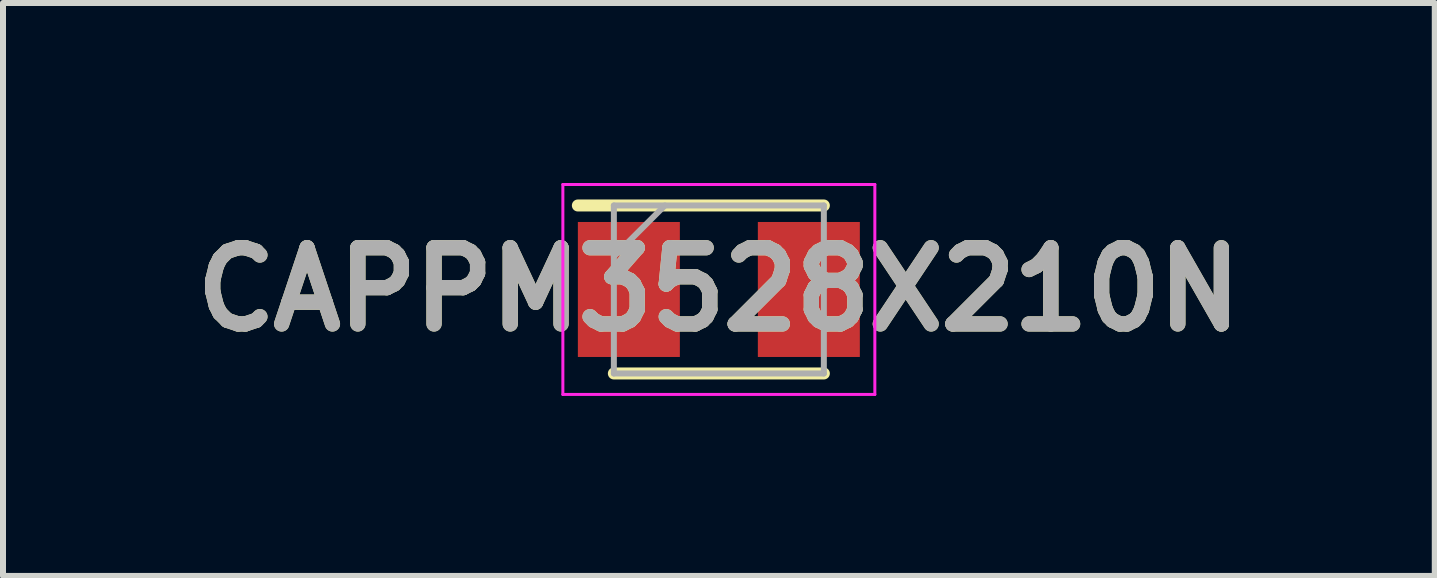
<source format=kicad_pcb>
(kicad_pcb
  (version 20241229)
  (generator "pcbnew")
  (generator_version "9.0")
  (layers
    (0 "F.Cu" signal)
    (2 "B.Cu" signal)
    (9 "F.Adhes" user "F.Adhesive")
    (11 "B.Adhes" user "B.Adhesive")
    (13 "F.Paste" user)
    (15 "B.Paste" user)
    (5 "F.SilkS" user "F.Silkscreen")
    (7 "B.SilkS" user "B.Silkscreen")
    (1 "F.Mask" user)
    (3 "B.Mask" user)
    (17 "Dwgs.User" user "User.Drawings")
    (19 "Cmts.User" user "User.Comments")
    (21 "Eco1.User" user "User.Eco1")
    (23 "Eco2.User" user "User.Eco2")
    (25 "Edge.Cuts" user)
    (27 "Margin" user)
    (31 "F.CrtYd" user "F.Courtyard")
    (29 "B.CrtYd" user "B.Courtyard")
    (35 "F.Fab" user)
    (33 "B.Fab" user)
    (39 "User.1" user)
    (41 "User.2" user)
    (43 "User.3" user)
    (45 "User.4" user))
  (footprint "CAPPM3528X210N"
    (layer "F.Cu")
    (at 8.932 1.775)
    (property "Reference" "CAPPM3528X210N" (at 0 0 0) (layer "F.SilkS") (effects (font (size 1.27 1.27) (thickness 0.254))))
    (attr smd)
    (fp_line (start -1.75 1.4) (end 1.75 1.4) (stroke (width 0.2) (type solid)) (layer "F.SilkS"))
    (fp_line (start 1.75 -1.4) (end -2.35 -1.4) (stroke (width 0.2) (type solid)) (layer "F.SilkS"))
    (fp_line (start -2.6 -1.75) (end 2.6 -1.75) (stroke (width 0.05) (type solid)) (layer "F.CrtYd"))
    (fp_line (start -2.6 1.75) (end -2.6 -1.75) (stroke (width 0.05) (type solid)) (layer "F.CrtYd"))
    (fp_line (start 2.6 -1.75) (end 2.6 1.75) (stroke (width 0.05) (type solid)) (layer "F.CrtYd"))
    (fp_line (start 2.6 1.75) (end -2.6 1.75) (stroke (width 0.05) (type solid)) (layer "F.CrtYd"))
    (fp_line (start -1.75 -1.4) (end 1.75 -1.4) (stroke (width 0.1) (type solid)) (layer "F.Fab"))
    (fp_line (start -1.75 -0.55) (end -0.9 -1.4) (stroke (width 0.1) (type solid)) (layer "F.Fab"))
    (fp_line (start -1.75 1.4) (end -1.75 -1.4) (stroke (width 0.1) (type solid)) (layer "F.Fab"))
    (fp_line (start 1.75 -1.4) (end 1.75 1.4) (stroke (width 0.1) (type solid)) (layer "F.Fab"))
    (fp_line (start 1.75 1.4) (end -1.75 1.4) (stroke (width 0.1) (type solid)) (layer "F.Fab"))
    (fp_text user "${REFERENCE}" (at 0 0 0) (layer "F.Fab") (effects (font (size 1.27 1.27) (thickness 0.254))))
    (pad "1" smd rect (at -1.5 0) (size 1.7 2.25) (layers "F.Cu" "F.Mask" "F.Paste"))
    (pad "2" smd rect (at 1.5 0) (size 1.7 2.25) (layers "F.Cu" "F.Mask" "F.Paste")))
  (gr_rect
    (start -3 -3)
    (end 20.865 6.55)
    (stroke (width 0.1) (type default))
    (fill no)
    (layer "Edge.Cuts")))
</source>
